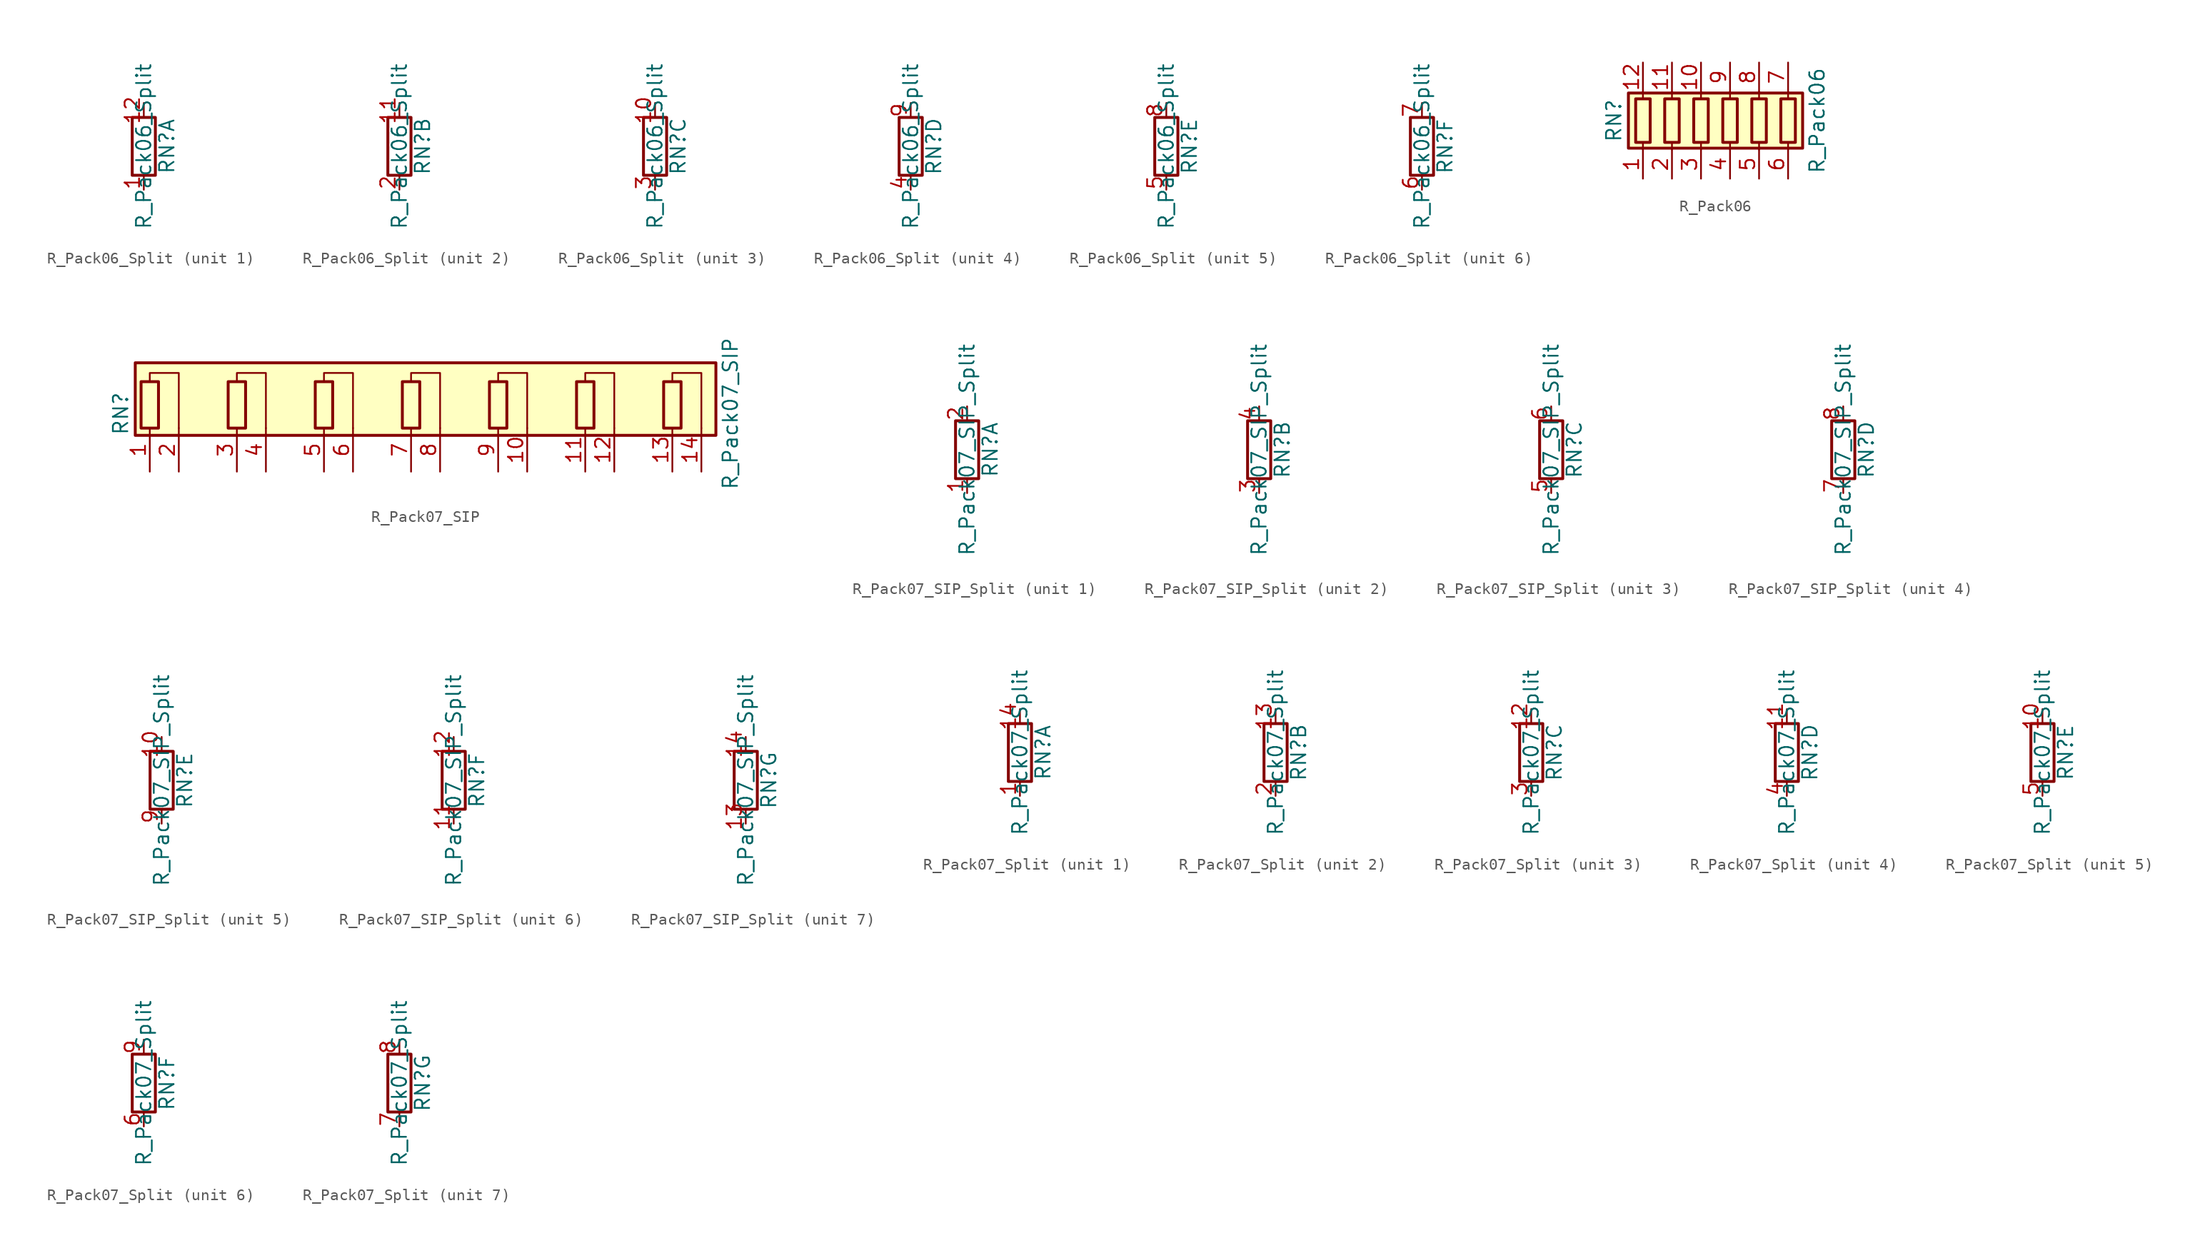
<source format=kicad_sym>
(kicad_symbol_lib
  (version 20241209)
  (generator "kicad_symbol_editor")
  (generator_version "9.0")
  (symbol "R_Pack06_Split"
    (pin_names
      (offset 0)
      (hide yes))
    (property "Reference" "RN"
      (at 2.032 0 90)
      (effects (font (size 1.27 1.27))))
    (property "Value" "R_Pack06_Split"
      (at 0 0 90)
      (effects (font (size 1.27 1.27))))
    (symbol "R_Pack06_Split_0_1"
      (rectangle (start 1.016 2.54) (end -1.016 -2.54) (stroke (width 0.254) (type solid)) (fill (type none))))
    (symbol "R_Pack06_Split_1_1"
      (pin passive line (at 0 3.81 270) (length 1.27) (name "R1.2" (effects (font (size 1.27 1.27)))) (number "12" (effects (font (size 1.27 1.27)))))
      (pin passive line (at 0 -3.81 90) (length 1.27) (name "R1.1" (effects (font (size 1.27 1.27)))) (number "1" (effects (font (size 1.27 1.27))))))
    (symbol "R_Pack06_Split_2_1"
      (pin passive line (at 0 3.81 270) (length 1.27) (name "R2.2" (effects (font (size 1.27 1.27)))) (number "11" (effects (font (size 1.27 1.27)))))
      (pin passive line (at 0 -3.81 90) (length 1.27) (name "R2.1" (effects (font (size 1.27 1.27)))) (number "2" (effects (font (size 1.27 1.27))))))
    (symbol "R_Pack06_Split_3_1"
      (pin passive line (at 0 3.81 270) (length 1.27) (name "R3.2" (effects (font (size 1.27 1.27)))) (number "10" (effects (font (size 1.27 1.27)))))
      (pin passive line (at 0 -3.81 90) (length 1.27) (name "R3.1" (effects (font (size 1.27 1.27)))) (number "3" (effects (font (size 1.27 1.27))))))
    (symbol "R_Pack06_Split_4_1"
      (pin passive line (at 0 3.81 270) (length 1.27) (name "R4.2" (effects (font (size 1.27 1.27)))) (number "9" (effects (font (size 1.27 1.27)))))
      (pin passive line (at 0 -3.81 90) (length 1.27) (name "R4.1" (effects (font (size 1.27 1.27)))) (number "4" (effects (font (size 1.27 1.27))))))
    (symbol "R_Pack06_Split_5_1"
      (pin passive line (at 0 3.81 270) (length 1.27) (name "R5.2" (effects (font (size 1.27 1.27)))) (number "8" (effects (font (size 1.27 1.27)))))
      (pin passive line (at 0 -3.81 90) (length 1.27) (name "R5.1" (effects (font (size 1.27 1.27)))) (number "5" (effects (font (size 1.27 1.27))))))
    (symbol "R_Pack06_Split_6_1"
      (pin passive line (at 0 3.81 270) (length 1.27) (name "R6.2" (effects (font (size 1.27 1.27)))) (number "7" (effects (font (size 1.27 1.27)))))
      (pin passive line (at 0 -3.81 90) (length 1.27) (name "R6.1" (effects (font (size 1.27 1.27)))) (number "6" (effects (font (size 1.27 1.27)))))))
  (symbol "R_Pack06"
    (pin_names
      (offset 0)
      (hide yes))
    (property "Reference" "RN"
      (at -10.16 0 90)
      (effects (font (size 1.27 1.27))))
    (property "Value" "R_Pack06"
      (at 7.62 0 90)
      (effects (font (size 1.27 1.27))))
    (symbol "R_Pack06_0_1"
      (rectangle (start -8.89 -2.413) (end 6.35 2.413) (stroke (width 0.254) (type solid)) (fill (type background)))
      (rectangle (start -8.255 1.905) (end -6.985 -1.905) (stroke (width 0.254) (type solid)) (fill (type none)))
      (polyline (pts (xy -7.62 1.905) (xy -7.62 2.54)) (stroke (width 0) (type solid)) (fill (type none)))
      (polyline (pts (xy -7.62 -2.54) (xy -7.62 -1.905)) (stroke (width 0) (type solid)) (fill (type none)))
      (rectangle (start -5.715 1.905) (end -4.445 -1.905) (stroke (width 0.254) (type solid)) (fill (type none)))
      (polyline (pts (xy -5.08 1.905) (xy -5.08 2.54)) (stroke (width 0) (type solid)) (fill (type none)))
      (polyline (pts (xy -5.08 -2.54) (xy -5.08 -1.905)) (stroke (width 0) (type solid)) (fill (type none)))
      (rectangle (start -3.175 1.905) (end -1.905 -1.905) (stroke (width 0.254) (type solid)) (fill (type none)))
      (polyline (pts (xy -2.54 1.905) (xy -2.54 2.54)) (stroke (width 0) (type solid)) (fill (type none)))
      (polyline (pts (xy -2.54 -2.54) (xy -2.54 -1.905)) (stroke (width 0) (type solid)) (fill (type none)))
      (rectangle (start -0.635 1.905) (end 0.635 -1.905) (stroke (width 0.254) (type solid)) (fill (type none)))
      (polyline (pts (xy 0 1.905) (xy 0 2.54)) (stroke (width 0) (type solid)) (fill (type none)))
      (polyline (pts (xy 0 -2.54) (xy 0 -1.905)) (stroke (width 0) (type solid)) (fill (type none)))
      (rectangle (start 1.905 1.905) (end 3.175 -1.905) (stroke (width 0.254) (type solid)) (fill (type none)))
      (polyline (pts (xy 2.54 1.905) (xy 2.54 2.54)) (stroke (width 0) (type solid)) (fill (type none)))
      (polyline (pts (xy 2.54 -2.54) (xy 2.54 -1.905)) (stroke (width 0) (type solid)) (fill (type none)))
      (rectangle (start 4.445 1.905) (end 5.715 -1.905) (stroke (width 0.254) (type solid)) (fill (type none)))
      (polyline (pts (xy 5.08 1.905) (xy 5.08 2.54)) (stroke (width 0) (type solid)) (fill (type none)))
      (polyline (pts (xy 5.08 -2.54) (xy 5.08 -1.905)) (stroke (width 0) (type solid)) (fill (type none))))
    (symbol "R_Pack06_1_1"
      (pin passive line (at -7.62 5.08 270) (length 2.54) (name "R1.2" (effects (font (size 1.27 1.27)))) (number "12" (effects (font (size 1.27 1.27)))))
      (pin passive line (at -7.62 -5.08 90) (length 2.54) (name "R1.1" (effects (font (size 1.27 1.27)))) (number "1" (effects (font (size 1.27 1.27)))))
      (pin passive line (at -5.08 5.08 270) (length 2.54) (name "R2.2" (effects (font (size 1.27 1.27)))) (number "11" (effects (font (size 1.27 1.27)))))
      (pin passive line (at -5.08 -5.08 90) (length 2.54) (name "R2.1" (effects (font (size 1.27 1.27)))) (number "2" (effects (font (size 1.27 1.27)))))
      (pin passive line (at -2.54 5.08 270) (length 2.54) (name "R3.2" (effects (font (size 1.27 1.27)))) (number "10" (effects (font (size 1.27 1.27)))))
      (pin passive line (at -2.54 -5.08 90) (length 2.54) (name "R3.1" (effects (font (size 1.27 1.27)))) (number "3" (effects (font (size 1.27 1.27)))))
      (pin passive line (at 0 5.08 270) (length 2.54) (name "R4.2" (effects (font (size 1.27 1.27)))) (number "9" (effects (font (size 1.27 1.27)))))
      (pin passive line (at 0 -5.08 90) (length 2.54) (name "R4.1" (effects (font (size 1.27 1.27)))) (number "4" (effects (font (size 1.27 1.27)))))
      (pin passive line (at 2.54 5.08 270) (length 2.54) (name "R5.2" (effects (font (size 1.27 1.27)))) (number "8" (effects (font (size 1.27 1.27)))))
      (pin passive line (at 2.54 -5.08 90) (length 2.54) (name "R5.1" (effects (font (size 1.27 1.27)))) (number "5" (effects (font (size 1.27 1.27)))))
      (pin passive line (at 5.08 5.08 270) (length 2.54) (name "R6.2" (effects (font (size 1.27 1.27)))) (number "7" (effects (font (size 1.27 1.27)))))
      (pin passive line (at 5.08 -5.08 90) (length 2.54) (name "R6.1" (effects (font (size 1.27 1.27)))) (number "6" (effects (font (size 1.27 1.27)))))))
  (symbol "R_Pack07_SIP"
    (pin_names
      (offset 0)
      (hide yes))
    (property "Reference" "RN"
      (at -25.4 0 90)
      (effects (font (size 1.27 1.27))))
    (property "Value" "R_Pack07_SIP"
      (at 27.94 0 90)
      (effects (font (size 1.27 1.27))))
    (symbol "R_Pack07_SIP_0_1"
      (rectangle (start -24.13 -1.905) (end 26.67 4.445) (stroke (width 0.254) (type solid)) (fill (type background)))
      (rectangle (start -23.622 2.794) (end -22.098 -1.27) (stroke (width 0.254) (type solid)) (fill (type none)))
      (polyline (pts (xy -22.86 2.794) (xy -22.86 3.556) (xy -20.32 3.556) (xy -20.32 -1.27)) (stroke (width 0) (type solid)) (fill (type none)))
      (rectangle (start -16.002 2.794) (end -14.478 -1.27) (stroke (width 0.254) (type solid)) (fill (type none)))
      (polyline (pts (xy -15.24 2.794) (xy -15.24 3.556) (xy -12.7 3.556) (xy -12.7 -1.27)) (stroke (width 0) (type solid)) (fill (type none)))
      (rectangle (start -8.382 2.794) (end -6.858 -1.27) (stroke (width 0.254) (type solid)) (fill (type none)))
      (polyline (pts (xy -7.62 2.794) (xy -7.62 3.556) (xy -5.08 3.556) (xy -5.08 -1.27)) (stroke (width 0) (type solid)) (fill (type none)))
      (rectangle (start -0.762 2.794) (end 0.762 -1.27) (stroke (width 0.254) (type solid)) (fill (type none)))
      (polyline (pts (xy 0 2.794) (xy 0 3.556) (xy 2.54 3.556) (xy 2.54 -1.27)) (stroke (width 0) (type solid)) (fill (type none)))
      (rectangle (start 6.858 2.794) (end 8.382 -1.27) (stroke (width 0.254) (type solid)) (fill (type none)))
      (polyline (pts (xy 7.62 2.794) (xy 7.62 3.556) (xy 10.16 3.556) (xy 10.16 -1.27)) (stroke (width 0) (type solid)) (fill (type none)))
      (rectangle (start 14.478 2.794) (end 16.002 -1.27) (stroke (width 0.254) (type solid)) (fill (type none)))
      (polyline (pts (xy 15.24 2.794) (xy 15.24 3.556) (xy 17.78 3.556) (xy 17.78 -1.27)) (stroke (width 0) (type solid)) (fill (type none)))
      (rectangle (start 22.098 2.794) (end 23.622 -1.27) (stroke (width 0.254) (type solid)) (fill (type none)))
      (polyline (pts (xy 22.86 2.794) (xy 22.86 3.556) (xy 25.4 3.556) (xy 25.4 -1.27)) (stroke (width 0) (type solid)) (fill (type none))))
    (symbol "R_Pack07_SIP_1_1"
      (pin passive line (at -22.86 -5.08 90) (length 3.81) (name "R1.1" (effects (font (size 1.27 1.27)))) (number "1" (effects (font (size 1.27 1.27)))))
      (pin passive line (at -20.32 -5.08 90) (length 3.81) (name "R1.2" (effects (font (size 1.27 1.27)))) (number "2" (effects (font (size 1.27 1.27)))))
      (pin passive line (at -15.24 -5.08 90) (length 3.81) (name "R2.1" (effects (font (size 1.27 1.27)))) (number "3" (effects (font (size 1.27 1.27)))))
      (pin passive line (at -12.7 -5.08 90) (length 3.81) (name "R2.2" (effects (font (size 1.27 1.27)))) (number "4" (effects (font (size 1.27 1.27)))))
      (pin passive line (at -7.62 -5.08 90) (length 3.81) (name "R3.1" (effects (font (size 1.27 1.27)))) (number "5" (effects (font (size 1.27 1.27)))))
      (pin passive line (at -5.08 -5.08 90) (length 3.81) (name "R3.2" (effects (font (size 1.27 1.27)))) (number "6" (effects (font (size 1.27 1.27)))))
      (pin passive line (at 0 -5.08 90) (length 3.81) (name "R4.1" (effects (font (size 1.27 1.27)))) (number "7" (effects (font (size 1.27 1.27)))))
      (pin passive line (at 2.54 -5.08 90) (length 3.81) (name "R4.2" (effects (font (size 1.27 1.27)))) (number "8" (effects (font (size 1.27 1.27)))))
      (pin passive line (at 7.62 -5.08 90) (length 3.81) (name "R5.1" (effects (font (size 1.27 1.27)))) (number "9" (effects (font (size 1.27 1.27)))))
      (pin passive line (at 10.16 -5.08 90) (length 3.81) (name "R5.2" (effects (font (size 1.27 1.27)))) (number "10" (effects (font (size 1.27 1.27)))))
      (pin passive line (at 15.24 -5.08 90) (length 3.81) (name "R6.1" (effects (font (size 1.27 1.27)))) (number "11" (effects (font (size 1.27 1.27)))))
      (pin passive line (at 17.78 -5.08 90) (length 3.81) (name "R6.2" (effects (font (size 1.27 1.27)))) (number "12" (effects (font (size 1.27 1.27)))))
      (pin passive line (at 22.86 -5.08 90) (length 3.81) (name "R7.1" (effects (font (size 1.27 1.27)))) (number "13" (effects (font (size 1.27 1.27)))))
      (pin passive line (at 25.4 -5.08 90) (length 3.81) (name "R7.2" (effects (font (size 1.27 1.27)))) (number "14" (effects (font (size 1.27 1.27)))))))
  (symbol "R_Pack07_SIP_Split"
    (pin_names
      (offset 0)
      (hide yes))
    (property "Reference" "RN"
      (at 2.032 0 90)
      (effects (font (size 1.27 1.27))))
    (property "Value" "R_Pack07_SIP_Split"
      (at 0 0 90)
      (effects (font (size 1.27 1.27))))
    (symbol "R_Pack07_SIP_Split_0_1"
      (rectangle (start 1.016 2.54) (end -1.016 -2.54) (stroke (width 0.254) (type solid)) (fill (type none))))
    (symbol "R_Pack07_SIP_Split_1_1"
      (pin passive line (at 0 3.81 270) (length 1.27) (name "R1.2" (effects (font (size 1.27 1.27)))) (number "2" (effects (font (size 1.27 1.27)))))
      (pin passive line (at 0 -3.81 90) (length 1.27) (name "R1.1" (effects (font (size 1.27 1.27)))) (number "1" (effects (font (size 1.27 1.27))))))
    (symbol "R_Pack07_SIP_Split_2_1"
      (pin passive line (at 0 3.81 270) (length 1.27) (name "R2.2" (effects (font (size 1.27 1.27)))) (number "4" (effects (font (size 1.27 1.27)))))
      (pin passive line (at 0 -3.81 90) (length 1.27) (name "R2.1" (effects (font (size 1.27 1.27)))) (number "3" (effects (font (size 1.27 1.27))))))
    (symbol "R_Pack07_SIP_Split_3_1"
      (pin passive line (at 0 3.81 270) (length 1.27) (name "R3.2" (effects (font (size 1.27 1.27)))) (number "6" (effects (font (size 1.27 1.27)))))
      (pin passive line (at 0 -3.81 90) (length 1.27) (name "R3.1" (effects (font (size 1.27 1.27)))) (number "5" (effects (font (size 1.27 1.27))))))
    (symbol "R_Pack07_SIP_Split_4_1"
      (pin passive line (at 0 3.81 270) (length 1.27) (name "R4.2" (effects (font (size 1.27 1.27)))) (number "8" (effects (font (size 1.27 1.27)))))
      (pin passive line (at 0 -3.81 90) (length 1.27) (name "R4.1" (effects (font (size 1.27 1.27)))) (number "7" (effects (font (size 1.27 1.27))))))
    (symbol "R_Pack07_SIP_Split_5_1"
      (pin passive line (at 0 3.81 270) (length 1.27) (name "R5.2" (effects (font (size 1.27 1.27)))) (number "10" (effects (font (size 1.27 1.27)))))
      (pin passive line (at 0 -3.81 90) (length 1.27) (name "R5.1" (effects (font (size 1.27 1.27)))) (number "9" (effects (font (size 1.27 1.27))))))
    (symbol "R_Pack07_SIP_Split_6_1"
      (pin passive line (at 0 3.81 270) (length 1.27) (name "R6.2" (effects (font (size 1.27 1.27)))) (number "12" (effects (font (size 1.27 1.27)))))
      (pin passive line (at 0 -3.81 90) (length 1.27) (name "R6.1" (effects (font (size 1.27 1.27)))) (number "11" (effects (font (size 1.27 1.27))))))
    (symbol "R_Pack07_SIP_Split_7_1"
      (pin passive line (at 0 3.81 270) (length 1.27) (name "R7.2" (effects (font (size 1.27 1.27)))) (number "14" (effects (font (size 1.27 1.27)))))
      (pin passive line (at 0 -3.81 90) (length 1.27) (name "R7.1" (effects (font (size 1.27 1.27)))) (number "13" (effects (font (size 1.27 1.27)))))))
  (symbol "R_Pack07_Split"
    (pin_names
      (offset 0)
      (hide yes))
    (property "Reference" "RN"
      (at 2.032 0 90)
      (effects (font (size 1.27 1.27))))
    (property "Value" "R_Pack07_Split"
      (at 0 0 90)
      (effects (font (size 1.27 1.27))))
    (symbol "R_Pack07_Split_0_1"
      (rectangle (start 1.016 2.54) (end -1.016 -2.54) (stroke (width 0.254) (type solid)) (fill (type none))))
    (symbol "R_Pack07_Split_1_1"
      (pin passive line (at 0 3.81 270) (length 1.27) (name "R1.2" (effects (font (size 1.27 1.27)))) (number "14" (effects (font (size 1.27 1.27)))))
      (pin passive line (at 0 -3.81 90) (length 1.27) (name "R1.1" (effects (font (size 1.27 1.27)))) (number "1" (effects (font (size 1.27 1.27))))))
    (symbol "R_Pack07_Split_2_1"
      (pin passive line (at 0 3.81 270) (length 1.27) (name "R2.2" (effects (font (size 1.27 1.27)))) (number "13" (effects (font (size 1.27 1.27)))))
      (pin passive line (at 0 -3.81 90) (length 1.27) (name "R2.1" (effects (font (size 1.27 1.27)))) (number "2" (effects (font (size 1.27 1.27))))))
    (symbol "R_Pack07_Split_3_1"
      (pin passive line (at 0 3.81 270) (length 1.27) (name "R3.2" (effects (font (size 1.27 1.27)))) (number "12" (effects (font (size 1.27 1.27)))))
      (pin passive line (at 0 -3.81 90) (length 1.27) (name "R3.1" (effects (font (size 1.27 1.27)))) (number "3" (effects (font (size 1.27 1.27))))))
    (symbol "R_Pack07_Split_4_1"
      (pin passive line (at 0 3.81 270) (length 1.27) (name "R4.2" (effects (font (size 1.27 1.27)))) (number "11" (effects (font (size 1.27 1.27)))))
      (pin passive line (at 0 -3.81 90) (length 1.27) (name "R4.1" (effects (font (size 1.27 1.27)))) (number "4" (effects (font (size 1.27 1.27))))))
    (symbol "R_Pack07_Split_5_1"
      (pin passive line (at 0 3.81 270) (length 1.27) (name "R5.2" (effects (font (size 1.27 1.27)))) (number "10" (effects (font (size 1.27 1.27)))))
      (pin passive line (at 0 -3.81 90) (length 1.27) (name "R5.1" (effects (font (size 1.27 1.27)))) (number "5" (effects (font (size 1.27 1.27))))))
    (symbol "R_Pack07_Split_6_1"
      (pin passive line (at 0 3.81 270) (length 1.27) (name "R6.2" (effects (font (size 1.27 1.27)))) (number "9" (effects (font (size 1.27 1.27)))))
      (pin passive line (at 0 -3.81 90) (length 1.27) (name "R6.1" (effects (font (size 1.27 1.27)))) (number "6" (effects (font (size 1.27 1.27))))))
    (symbol "R_Pack07_Split_7_1"
      (pin passive line (at 0 3.81 270) (length 1.27) (name "R7.2" (effects (font (size 1.27 1.27)))) (number "8" (effects (font (size 1.27 1.27)))))
      (pin passive line (at 0 -3.81 90) (length 1.27) (name "R7.1" (effects (font (size 1.27 1.27)))) (number "7" (effects (font (size 1.27 1.27))))))))
</source>
